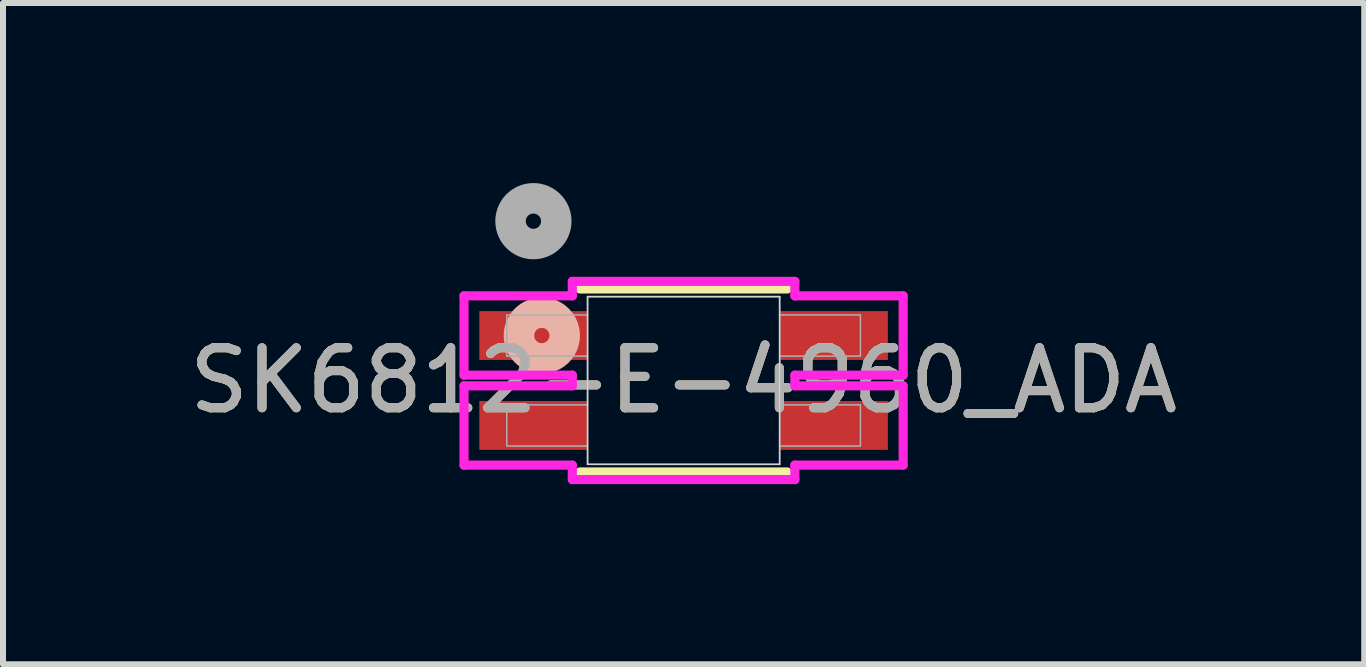
<source format=kicad_pcb>
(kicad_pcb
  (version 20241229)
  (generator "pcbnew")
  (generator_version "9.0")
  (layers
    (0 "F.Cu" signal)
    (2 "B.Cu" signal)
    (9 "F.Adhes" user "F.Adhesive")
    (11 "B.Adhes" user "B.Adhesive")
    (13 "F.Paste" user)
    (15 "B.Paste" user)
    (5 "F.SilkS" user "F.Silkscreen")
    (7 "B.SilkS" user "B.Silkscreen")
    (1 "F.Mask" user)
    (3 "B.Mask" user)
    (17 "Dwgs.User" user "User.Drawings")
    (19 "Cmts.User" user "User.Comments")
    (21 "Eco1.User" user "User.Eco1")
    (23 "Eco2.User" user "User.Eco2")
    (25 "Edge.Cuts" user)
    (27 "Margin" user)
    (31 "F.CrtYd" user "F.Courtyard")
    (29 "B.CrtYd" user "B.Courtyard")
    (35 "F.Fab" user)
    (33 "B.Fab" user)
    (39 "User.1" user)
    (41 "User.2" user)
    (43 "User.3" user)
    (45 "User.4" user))
  (footprint "SK6812-E-4960_ADA"
    (layer "F.Cu")
    (at 8.339 3.289)
    (property "Reference" "SK6812-E-4960_ADA" (at 0 0 0) (unlocked yes) (layer "F.SilkS") (effects (font (size 1 1) (thickness 0.15))))
    (attr smd)
    (fp_line (start -1.727 -1.524) (end 1.727 -1.524) (stroke (width 0.152) (type solid)) (layer "F.SilkS"))
    (fp_line (start 1.727 1.524) (end -1.727 1.524) (stroke (width 0.152) (type solid)) (layer "F.SilkS"))
    (fp_circle (center -2.362 -0.749) (end -1.981 -0.749) (stroke (width 0.508) (type solid)) (fill no) (layer "B.SilkS"))
    (fp_line (start -1.6 -1.397) (end -1.6 1.397) (stroke (width 0.025) (type solid)) (layer "Edge.Cuts"))
    (fp_line (start -1.6 -1.397) (end 1.6 -1.397) (stroke (width 0.025) (type solid)) (layer "Edge.Cuts"))
    (fp_line (start -1.6 1.397) (end 1.6 1.397) (stroke (width 0.025) (type solid)) (layer "Edge.Cuts"))
    (fp_line (start 1.6 1.397) (end 1.6 -1.397) (stroke (width 0.025) (type solid)) (layer "Edge.Cuts"))
    (fp_line (start -3.658 -1.41) (end -3.658 -0.089) (stroke (width 0.152) (type solid)) (layer "F.CrtYd"))
    (fp_line (start -3.658 -0.089) (end -1.854 -0.089) (stroke (width 0.152) (type solid)) (layer "F.CrtYd"))
    (fp_line (start -3.658 0.089) (end -3.658 1.41) (stroke (width 0.152) (type solid)) (layer "F.CrtYd"))
    (fp_line (start -3.658 1.41) (end -1.854 1.41) (stroke (width 0.152) (type solid)) (layer "F.CrtYd"))
    (fp_line (start -1.854 -1.651) (end -1.854 -1.41) (stroke (width 0.152) (type solid)) (layer "F.CrtYd"))
    (fp_line (start -1.854 -1.41) (end -3.658 -1.41) (stroke (width 0.152) (type solid)) (layer "F.CrtYd"))
    (fp_line (start -1.854 -0.089) (end -1.854 0.089) (stroke (width 0.152) (type solid)) (layer "F.CrtYd"))
    (fp_line (start -1.854 0.089) (end -3.658 0.089) (stroke (width 0.152) (type solid)) (layer "F.CrtYd"))
    (fp_line (start -1.854 1.41) (end -1.854 1.651) (stroke (width 0.152) (type solid)) (layer "F.CrtYd"))
    (fp_line (start -1.854 1.651) (end 1.854 1.651) (stroke (width 0.152) (type solid)) (layer "F.CrtYd"))
    (fp_line (start 1.854 -1.651) (end -1.854 -1.651) (stroke (width 0.152) (type solid)) (layer "F.CrtYd"))
    (fp_line (start 1.854 -1.41) (end 1.854 -1.651) (stroke (width 0.152) (type solid)) (layer "F.CrtYd"))
    (fp_line (start 1.854 -0.089) (end 3.658 -0.089) (stroke (width 0.152) (type solid)) (layer "F.CrtYd"))
    (fp_line (start 1.854 0.089) (end 1.854 -0.089) (stroke (width 0.152) (type solid)) (layer "F.CrtYd"))
    (fp_line (start 1.854 1.41) (end 3.658 1.41) (stroke (width 0.152) (type solid)) (layer "F.CrtYd"))
    (fp_line (start 1.854 1.651) (end 1.854 1.41) (stroke (width 0.152) (type solid)) (layer "F.CrtYd"))
    (fp_line (start 3.658 -1.41) (end 1.854 -1.41) (stroke (width 0.152) (type solid)) (layer "F.CrtYd"))
    (fp_line (start 3.658 -0.089) (end 3.658 -1.41) (stroke (width 0.152) (type solid)) (layer "F.CrtYd"))
    (fp_line (start 3.658 0.089) (end 1.854 0.089) (stroke (width 0.152) (type solid)) (layer "F.CrtYd"))
    (fp_line (start 3.658 1.41) (end 3.658 0.089) (stroke (width 0.152) (type solid)) (layer "F.CrtYd"))
    (fp_line (start -2.946 -1.092) (end -2.946 -0.406) (stroke (width 0.025) (type solid)) (layer "F.Fab"))
    (fp_line (start -2.946 -0.406) (end -1.6 -0.406) (stroke (width 0.025) (type solid)) (layer "F.Fab"))
    (fp_line (start -2.946 0.406) (end -2.946 1.092) (stroke (width 0.025) (type solid)) (layer "F.Fab"))
    (fp_line (start -2.946 1.092) (end -1.6 1.092) (stroke (width 0.025) (type solid)) (layer "F.Fab"))
    (fp_line (start -1.6 -1.397) (end -1.6 1.397) (stroke (width 0.025) (type solid)) (layer "F.Fab"))
    (fp_line (start -1.6 -1.092) (end -2.946 -1.092) (stroke (width 0.025) (type solid)) (layer "F.Fab"))
    (fp_line (start -1.6 0.406) (end -2.946 0.406) (stroke (width 0.025) (type solid)) (layer "F.Fab"))
    (fp_line (start -1.6 1.397) (end 1.6 1.397) (stroke (width 0.025) (type solid)) (layer "F.Fab"))
    (fp_line (start 1.6 -1.397) (end -1.6 -1.397) (stroke (width 0.025) (type solid)) (layer "F.Fab"))
    (fp_line (start 1.6 -0.406) (end 2.946 -0.406) (stroke (width 0.025) (type solid)) (layer "F.Fab"))
    (fp_line (start 1.6 1.092) (end 2.946 1.092) (stroke (width 0.025) (type solid)) (layer "F.Fab"))
    (fp_line (start 1.6 1.397) (end 1.6 -1.397) (stroke (width 0.025) (type solid)) (layer "F.Fab"))
    (fp_line (start 2.946 -1.092) (end 1.6 -1.092) (stroke (width 0.025) (type solid)) (layer "F.Fab"))
    (fp_line (start 2.946 -0.406) (end 2.946 -1.092) (stroke (width 0.025) (type solid)) (layer "F.Fab"))
    (fp_line (start 2.946 0.406) (end 1.6 0.406) (stroke (width 0.025) (type solid)) (layer "F.Fab"))
    (fp_line (start 2.946 1.092) (end 2.946 0.406) (stroke (width 0.025) (type solid)) (layer "F.Fab"))
    (fp_circle (center -2.502 -2.654) (end -2.121 -2.654) (stroke (width 0.508) (type solid)) (fill no) (layer "F.Fab"))
    (fp_text user "${REFERENCE}" (at 0 0 0) (unlocked yes) (layer "F.Fab") (effects (font (size 1 1) (thickness 0.15))))
    (pad "1" smd rect (at -2.502 -0.749) (size 1.803 0.813) (layers "F.Cu" "F.Mask" "F.Paste"))
    (pad "2" smd rect (at -2.502 0.749) (size 1.803 0.813) (layers "F.Cu" "F.Mask" "F.Paste"))
    (pad "3" smd rect (at 2.502 0.749) (size 1.803 0.813) (layers "F.Cu" "F.Mask" "F.Paste"))
    (pad "4" smd rect (at 2.502 -0.749) (size 1.803 0.813) (layers "F.Cu" "F.Mask" "F.Paste")))
  (gr_rect
    (start -3 -3)
    (end 19.679 8.017)
    (stroke (width 0.1) (type default))
    (fill no)
    (layer "Edge.Cuts")))
</source>
